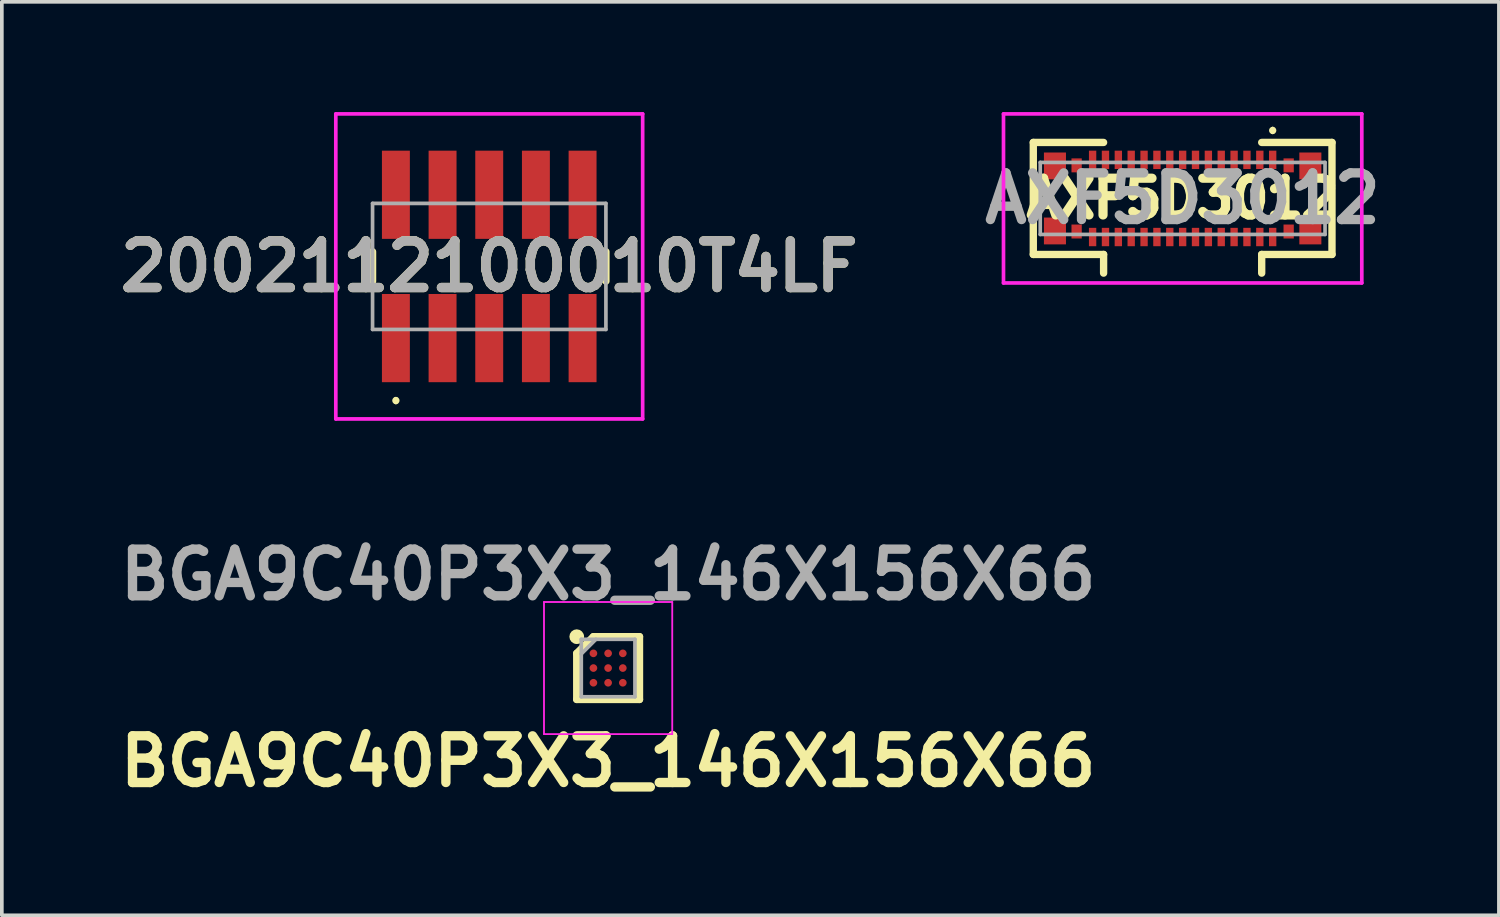
<source format=kicad_pcb>
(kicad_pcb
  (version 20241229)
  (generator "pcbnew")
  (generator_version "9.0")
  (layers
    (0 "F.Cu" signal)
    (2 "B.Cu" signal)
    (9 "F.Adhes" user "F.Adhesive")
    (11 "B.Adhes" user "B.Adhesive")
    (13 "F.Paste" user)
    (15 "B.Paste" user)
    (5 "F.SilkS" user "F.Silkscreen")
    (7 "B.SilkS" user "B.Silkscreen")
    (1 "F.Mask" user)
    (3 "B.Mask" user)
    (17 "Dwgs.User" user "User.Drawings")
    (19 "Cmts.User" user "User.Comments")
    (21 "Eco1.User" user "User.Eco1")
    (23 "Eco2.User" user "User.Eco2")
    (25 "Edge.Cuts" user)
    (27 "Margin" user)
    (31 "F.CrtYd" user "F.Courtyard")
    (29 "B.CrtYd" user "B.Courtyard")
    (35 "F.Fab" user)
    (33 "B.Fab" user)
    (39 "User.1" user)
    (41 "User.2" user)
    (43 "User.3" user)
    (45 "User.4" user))
  (footprint "2002112100010T4LF"
    (layer "F.Cu")
    (at 10.263 4.2)
    (property "Reference" "2002112100010T4LF" (at 0 0 0) (layer "F.SilkS") (effects (font (size 1.27 1.27) (thickness 0.254))))
    (attr smd)
    (fp_line (start -3.175 -0.4) (end -3.175 0.4) (stroke (width 0.2) (type solid)) (layer "F.SilkS"))
    (fp_line (start -2.54 3.6) (end -2.54 3.6) (stroke (width 0.1) (type solid)) (layer "F.SilkS"))
    (fp_line (start -2.54 3.7) (end -2.54 3.7) (stroke (width 0.1) (type solid)) (layer "F.SilkS"))
    (fp_line (start 3.175 -0.4) (end 3.175 0.4) (stroke (width 0.2) (type solid)) (layer "F.SilkS"))
    (fp_arc (start -2.54 3.6) (mid -2.49 3.65) (end -2.54 3.7) (stroke (width 0.1) (type solid)) (layer "F.SilkS"))
    (fp_arc (start -2.54 3.7) (mid -2.59 3.65) (end -2.54 3.6) (stroke (width 0.1) (type solid)) (layer "F.SilkS"))
    (fp_line (start -4.175 -4.15) (end 4.175 -4.15) (stroke (width 0.1) (type solid)) (layer "F.CrtYd"))
    (fp_line (start -4.175 4.15) (end -4.175 -4.15) (stroke (width 0.1) (type solid)) (layer "F.CrtYd"))
    (fp_line (start 4.175 -4.15) (end 4.175 4.15) (stroke (width 0.1) (type solid)) (layer "F.CrtYd"))
    (fp_line (start 4.175 4.15) (end -4.175 4.15) (stroke (width 0.1) (type solid)) (layer "F.CrtYd"))
    (fp_line (start -3.175 -1.715) (end 3.175 -1.715) (stroke (width 0.1) (type solid)) (layer "F.Fab"))
    (fp_line (start -3.175 1.715) (end -3.175 -1.715) (stroke (width 0.1) (type solid)) (layer "F.Fab"))
    (fp_line (start 3.175 -1.715) (end 3.175 1.715) (stroke (width 0.1) (type solid)) (layer "F.Fab"))
    (fp_line (start 3.175 1.715) (end -3.175 1.715) (stroke (width 0.1) (type solid)) (layer "F.Fab"))
    (fp_text user "${REFERENCE}" (at 0 0 0) (layer "F.Fab") (effects (font (size 1.27 1.27) (thickness 0.254))))
    (pad "1" smd rect (at -2.54 1.95) (size 0.76 2.4) (layers "F.Cu" "F.Mask" "F.Paste"))
    (pad "2" smd rect (at -2.54 -1.95) (size 0.76 2.4) (layers "F.Cu" "F.Mask" "F.Paste"))
    (pad "3" smd rect (at -1.27 1.95) (size 0.76 2.4) (layers "F.Cu" "F.Mask" "F.Paste"))
    (pad "4" smd rect (at -1.27 -1.95) (size 0.76 2.4) (layers "F.Cu" "F.Mask" "F.Paste"))
    (pad "5" smd rect (at 0 1.95) (size 0.76 2.4) (layers "F.Cu" "F.Mask" "F.Paste"))
    (pad "6" smd rect (at 0 -1.95) (size 0.76 2.4) (layers "F.Cu" "F.Mask" "F.Paste"))
    (pad "7" smd rect (at 1.27 1.95) (size 0.76 2.4) (layers "F.Cu" "F.Mask" "F.Paste"))
    (pad "8" smd rect (at 1.27 -1.95) (size 0.76 2.4) (layers "F.Cu" "F.Mask" "F.Paste"))
    (pad "9" smd rect (at 2.54 1.95) (size 0.76 2.4) (layers "F.Cu" "F.Mask" "F.Paste"))
    (pad "10" smd rect (at 2.54 -1.95) (size 0.76 2.4) (layers "F.Cu" "F.Mask" "F.Paste")))
  (footprint "AXF5D3012"
    (layer "F.Cu")
    (at 29.132 2.35)
    (property "Reference" "AXF5D3012" (at 0 0 0) (layer "F.SilkS") (effects (font (size 1 1) (thickness 0.25))))
    (attr smd)
    (fp_line (start -4.064 -1.524) (end -2.151 -1.524) (stroke (width 0.2) (type solid)) (layer "F.SilkS"))
    (fp_line (start -4.064 1.524) (end -4.064 -1.524) (stroke (width 0.2) (type solid)) (layer "F.SilkS"))
    (fp_line (start -4.064 1.524) (end -2.151 1.524) (stroke (width 0.2) (type solid)) (layer "F.SilkS"))
    (fp_line (start -2.151 2.032) (end -2.151 1.524) (stroke (width 0.2) (type solid)) (layer "F.SilkS"))
    (fp_line (start 2.151 -1.524) (end 4.064 -1.524) (stroke (width 0.2) (type solid)) (layer "F.SilkS"))
    (fp_line (start 2.151 1.524) (end 2.151 2.032) (stroke (width 0.2) (type solid)) (layer "F.SilkS"))
    (fp_line (start 2.151 1.524) (end 4.064 1.524) (stroke (width 0.2) (type solid)) (layer "F.SilkS"))
    (fp_line (start 2.45 -1.9) (end 2.45 -1.9) (stroke (width 0.1) (type solid)) (layer "F.SilkS"))
    (fp_line (start 2.45 -1.8) (end 2.45 -1.8) (stroke (width 0.1) (type solid)) (layer "F.SilkS"))
    (fp_line (start 4.064 1.524) (end 4.064 -1.524) (stroke (width 0.2) (type solid)) (layer "F.SilkS"))
    (fp_arc (start 2.45 -1.9) (mid 2.5 -1.85) (end 2.45 -1.8) (stroke (width 0.1) (type solid)) (layer "F.SilkS"))
    (fp_arc (start 2.45 -1.8) (mid 2.4 -1.85) (end 2.45 -1.9) (stroke (width 0.1) (type solid)) (layer "F.SilkS"))
    (fp_line (start -4.875 -2.3) (end 4.875 -2.3) (stroke (width 0.1) (type solid)) (layer "F.CrtYd"))
    (fp_line (start -4.875 2.3) (end -4.875 -2.3) (stroke (width 0.1) (type solid)) (layer "F.CrtYd"))
    (fp_line (start 4.875 -2.3) (end 4.875 2.3) (stroke (width 0.1) (type solid)) (layer "F.CrtYd"))
    (fp_line (start 4.875 2.3) (end -4.875 2.3) (stroke (width 0.1) (type solid)) (layer "F.CrtYd"))
    (fp_line (start -3.875 -0.98) (end 3.875 -0.98) (stroke (width 0.1) (type solid)) (layer "F.Fab"))
    (fp_line (start -3.875 0.98) (end -3.875 -0.98) (stroke (width 0.1) (type solid)) (layer "F.Fab"))
    (fp_line (start 3.875 -0.98) (end 3.875 0.98) (stroke (width 0.1) (type solid)) (layer "F.Fab"))
    (fp_line (start 3.875 0.98) (end -3.875 0.98) (stroke (width 0.1) (type solid)) (layer "F.Fab"))
    (fp_text user "${REFERENCE}" (at 0 0 0) (layer "F.Fab") (effects (font (size 1.27 1.27) (thickness 0.254))))
    (pad "1" smd rect (at 2.45 -1.05) (size 0.2 0.5) (layers "F.Cu" "F.Mask" "F.Paste"))
    (pad "2" smd rect (at -3.475 -0.885) (size 0.6 0.73) (layers "F.Cu" "F.Mask" "F.Paste"))
    (pad "2" smd rect (at -3.475 0.885) (size 0.6 0.73) (layers "F.Cu" "F.Mask" "F.Paste"))
    (pad "2" smd rect (at -2.885 -0.9) (size 0.28 0.38) (layers "F.Cu" "F.Mask" "F.Paste"))
    (pad "2" smd rect (at -2.885 0.9) (size 0.28 0.38) (layers "F.Cu" "F.Mask" "F.Paste"))
    (pad "2" smd rect (at 2.1 -1.05) (size 0.2 0.5) (layers "F.Cu" "F.Mask" "F.Paste"))
    (pad "3" smd rect (at 1.75 -1.05) (size 0.2 0.5) (layers "F.Cu" "F.Mask" "F.Paste"))
    (pad "4" smd rect (at 1.4 -1.05) (size 0.2 0.5) (layers "F.Cu" "F.Mask" "F.Paste"))
    (pad "5" smd rect (at 1.05 -1.05) (size 0.2 0.5) (layers "F.Cu" "F.Mask" "F.Paste"))
    (pad "6" smd rect (at 0.7 -1.05) (size 0.2 0.5) (layers "F.Cu" "F.Mask" "F.Paste"))
    (pad "7" smd rect (at 0.35 -1.05) (size 0.2 0.5) (layers "F.Cu" "F.Mask" "F.Paste"))
    (pad "8" smd rect (at 0 -1.05) (size 0.2 0.5) (layers "F.Cu" "F.Mask" "F.Paste"))
    (pad "9" smd rect (at -0.35 -1.05) (size 0.2 0.5) (layers "F.Cu" "F.Mask" "F.Paste"))
    (pad "10" smd rect (at -0.7 -1.05) (size 0.2 0.5) (layers "F.Cu" "F.Mask" "F.Paste"))
    (pad "11" smd rect (at -1.05 -1.05) (size 0.2 0.5) (layers "F.Cu" "F.Mask" "F.Paste"))
    (pad "12" smd rect (at -1.4 -1.05) (size 0.2 0.5) (layers "F.Cu" "F.Mask" "F.Paste"))
    (pad "13" smd rect (at -1.75 -1.05) (size 0.2 0.5) (layers "F.Cu" "F.Mask" "F.Paste"))
    (pad "14" smd rect (at -2.1 -1.05) (size 0.2 0.5) (layers "F.Cu" "F.Mask" "F.Paste"))
    (pad "15" smd rect (at -2.45 -1.05) (size 0.2 0.5) (layers "F.Cu" "F.Mask" "F.Paste"))
    (pad "16" smd rect (at -2.45 1.05) (size 0.2 0.5) (layers "F.Cu" "F.Mask" "F.Paste"))
    (pad "17" smd rect (at -2.1 1.05) (size 0.2 0.5) (layers "F.Cu" "F.Mask" "F.Paste"))
    (pad "18" smd rect (at -1.75 1.05) (size 0.2 0.5) (layers "F.Cu" "F.Mask" "F.Paste"))
    (pad "19" smd rect (at -1.4 1.05) (size 0.2 0.5) (layers "F.Cu" "F.Mask" "F.Paste"))
    (pad "20" smd rect (at -1.05 1.05) (size 0.2 0.5) (layers "F.Cu" "F.Mask" "F.Paste"))
    (pad "21" smd rect (at -0.7 1.05) (size 0.2 0.5) (layers "F.Cu" "F.Mask" "F.Paste"))
    (pad "22" smd rect (at -0.35 1.05) (size 0.2 0.5) (layers "F.Cu" "F.Mask" "F.Paste"))
    (pad "23" smd rect (at 0 1.05) (size 0.2 0.5) (layers "F.Cu" "F.Mask" "F.Paste"))
    (pad "24" smd rect (at 0.35 1.05) (size 0.2 0.5) (layers "F.Cu" "F.Mask" "F.Paste"))
    (pad "25" smd rect (at 0.7 1.05) (size 0.2 0.5) (layers "F.Cu" "F.Mask" "F.Paste"))
    (pad "26" smd rect (at 1.05 1.05) (size 0.2 0.5) (layers "F.Cu" "F.Mask" "F.Paste"))
    (pad "27" smd rect (at 1.4 1.05) (size 0.2 0.5) (layers "F.Cu" "F.Mask" "F.Paste"))
    (pad "28" smd rect (at 1.75 1.05) (size 0.2 0.5) (layers "F.Cu" "F.Mask" "F.Paste"))
    (pad "29" smd rect (at 2.1 1.05) (size 0.2 0.5) (layers "F.Cu" "F.Mask" "F.Paste"))
    (pad "30" smd rect (at 2.45 1.05) (size 0.2 0.5) (layers "F.Cu" "F.Mask" "F.Paste"))
    (pad "31" smd rect (at 2.885 -0.9) (size 0.28 0.38) (layers "F.Cu" "F.Mask" "F.Paste"))
    (pad "31" smd rect (at 2.885 0.9) (size 0.28 0.38) (layers "F.Cu" "F.Mask" "F.Paste"))
    (pad "31" smd rect (at 3.475 -0.885) (size 0.6 0.73) (layers "F.Cu" "F.Mask" "F.Paste"))
    (pad "31" smd rect (at 3.475 0.885) (size 0.6 0.73) (layers "F.Cu" "F.Mask" "F.Paste")))
  (footprint "BGA9C40P3X3_146X156X66"
    (layer "F.Cu")
    (at 13.498 15.129)
    (property "Reference" "BGA9C40P3X3_146X156X66" (at 0 2.54 0) (layer "F.SilkS") (effects (font (size 1.27 1.27) (thickness 0.254))))
    (attr smd)
    (fp_line (start -0.854 -0.4) (end -0.4 -0.854) (stroke (width 0.2) (type solid)) (layer "F.SilkS"))
    (fp_line (start -0.854 0.854) (end -0.854 -0.4) (stroke (width 0.2) (type solid)) (layer "F.SilkS"))
    (fp_line (start -0.4 -0.854) (end 0.854 -0.854) (stroke (width 0.2) (type solid)) (layer "F.SilkS"))
    (fp_line (start 0.854 -0.854) (end 0.854 0.854) (stroke (width 0.2) (type solid)) (layer "F.SilkS"))
    (fp_line (start 0.854 0.854) (end -0.854 0.854) (stroke (width 0.2) (type solid)) (layer "F.SilkS"))
    (fp_circle (center -0.854 -0.854) (end -0.854 -0.754) (stroke (width 0.2) (type solid)) (fill no) (layer "F.SilkS"))
    (fp_line (start -1.745 -1.797) (end 1.745 -1.797) (stroke (width 0.05) (type solid)) (layer "F.CrtYd"))
    (fp_line (start -1.745 1.797) (end -1.745 -1.797) (stroke (width 0.05) (type solid)) (layer "F.CrtYd"))
    (fp_line (start 1.745 -1.797) (end 1.745 1.797) (stroke (width 0.05) (type solid)) (layer "F.CrtYd"))
    (fp_line (start 1.745 1.797) (end -1.745 1.797) (stroke (width 0.05) (type solid)) (layer "F.CrtYd"))
    (fp_line (start -0.73 -0.782) (end 0.73 -0.782) (stroke (width 0.1) (type solid)) (layer "F.Fab"))
    (fp_line (start -0.73 -0.384) (end -0.332 -0.782) (stroke (width 0.1) (type solid)) (layer "F.Fab"))
    (fp_line (start -0.73 0.782) (end -0.73 -0.782) (stroke (width 0.1) (type solid)) (layer "F.Fab"))
    (fp_line (start 0.73 -0.782) (end 0.73 0.782) (stroke (width 0.1) (type solid)) (layer "F.Fab"))
    (fp_line (start 0.73 0.782) (end -0.73 0.782) (stroke (width 0.1) (type solid)) (layer "F.Fab"))
    (fp_text user "${REFERENCE}" (at 0 -2.54 0) (layer "F.Fab") (effects (font (size 1.27 1.27) (thickness 0.254))))
    (pad "A1" smd circle (at -0.4 -0.4 90) (size 0.208 0.208) (layers "F.Cu" "F.Mask" "F.Paste"))
    (pad "A2" smd circle (at 0 -0.4 90) (size 0.208 0.208) (layers "F.Cu" "F.Mask" "F.Paste"))
    (pad "A3" smd circle (at 0.4 -0.4 90) (size 0.208 0.208) (layers "F.Cu" "F.Mask" "F.Paste"))
    (pad "B1" smd circle (at -0.4 0 90) (size 0.208 0.208) (layers "F.Cu" "F.Mask" "F.Paste"))
    (pad "B2" smd circle (at 0 0 90) (size 0.208 0.208) (layers "F.Cu" "F.Mask" "F.Paste"))
    (pad "B3" smd circle (at 0.4 0 90) (size 0.208 0.208) (layers "F.Cu" "F.Mask" "F.Paste"))
    (pad "C1" smd circle (at -0.4 0.4 90) (size 0.208 0.208) (layers "F.Cu" "F.Mask" "F.Paste"))
    (pad "C2" smd circle (at 0 0.4 90) (size 0.208 0.208) (layers "F.Cu" "F.Mask" "F.Paste"))
    (pad "C3" smd circle (at 0.4 0.4 90) (size 0.208 0.208) (layers "F.Cu" "F.Mask" "F.Paste")))
  (gr_rect
    (start -3 -3)
    (end 37.738 21.857)
    (stroke (width 0.1) (type default))
    (fill no)
    (layer "Edge.Cuts")))
</source>
